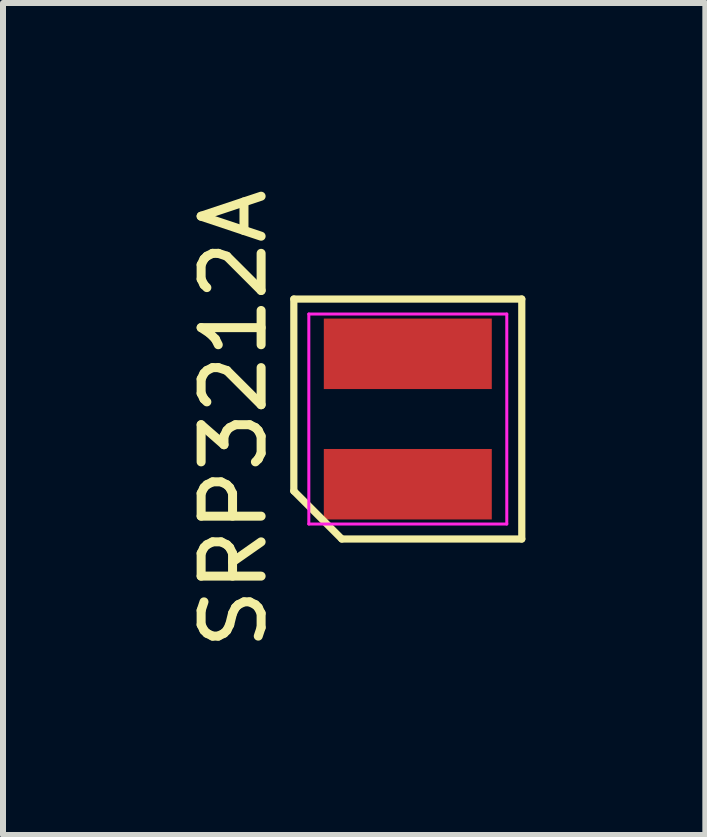
<source format=kicad_pcb>
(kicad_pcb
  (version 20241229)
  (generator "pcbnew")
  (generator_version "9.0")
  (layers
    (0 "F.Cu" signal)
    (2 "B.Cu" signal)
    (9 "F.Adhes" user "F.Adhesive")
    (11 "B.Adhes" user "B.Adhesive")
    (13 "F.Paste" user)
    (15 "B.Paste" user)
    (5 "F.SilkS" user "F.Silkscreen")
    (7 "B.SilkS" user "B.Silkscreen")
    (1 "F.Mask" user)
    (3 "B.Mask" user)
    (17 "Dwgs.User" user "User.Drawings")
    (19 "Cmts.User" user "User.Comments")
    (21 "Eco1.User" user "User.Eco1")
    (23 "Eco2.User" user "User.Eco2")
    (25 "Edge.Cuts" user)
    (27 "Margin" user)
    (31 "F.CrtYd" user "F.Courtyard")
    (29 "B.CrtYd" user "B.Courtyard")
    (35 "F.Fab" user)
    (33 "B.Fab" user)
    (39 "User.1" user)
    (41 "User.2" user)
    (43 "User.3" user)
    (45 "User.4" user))
  (footprint "SRP3212A"
    (layer "F.Cu")
    (at 3.748 3.935)
    (property "Reference" "SRP3212A" (at -2.9 0 90) (layer "F.SilkS") (effects (font (size 1 1) (thickness 0.15))))
    (attr through_hole)
    (fp_line (start -1.9 -2) (end 1.9 -2) (stroke (width 0.12) (type solid)) (layer "F.SilkS"))
    (fp_line (start -1.9 1.2) (end -1.9 -2) (stroke (width 0.12) (type solid)) (layer "F.SilkS"))
    (fp_line (start -1.1 2) (end -1.9 1.2) (stroke (width 0.12) (type solid)) (layer "F.SilkS"))
    (fp_line (start 1.9 -2) (end 1.9 2) (stroke (width 0.12) (type solid)) (layer "F.SilkS"))
    (fp_line (start 1.9 2) (end -1.1 2) (stroke (width 0.12) (type solid)) (layer "F.SilkS"))
    (fp_line (start -1.65 -1.75) (end 1.65 -1.75) (stroke (width 0.05) (type solid)) (layer "F.CrtYd"))
    (fp_line (start -1.65 1.75) (end -1.65 -1.75) (stroke (width 0.05) (type solid)) (layer "F.CrtYd"))
    (fp_line (start 1.65 -1.75) (end 1.65 1.75) (stroke (width 0.05) (type solid)) (layer "F.CrtYd"))
    (fp_line (start 1.65 1.75) (end -1.65 1.75) (stroke (width 0.05) (type solid)) (layer "F.CrtYd"))
    (pad "1" smd rect (at 0 1.087) (size 2.8 1.175) (layers "F.Cu" "F.Mask" "F.Paste"))
    (pad "2" smd rect (at 0 -1.087) (size 2.8 1.175) (layers "F.Cu" "F.Mask" "F.Paste")))
  (gr_rect
    (start -3 -3)
    (end 8.708 10.869)
    (stroke (width 0.1) (type default))
    (fill no)
    (layer "Edge.Cuts")))
</source>
